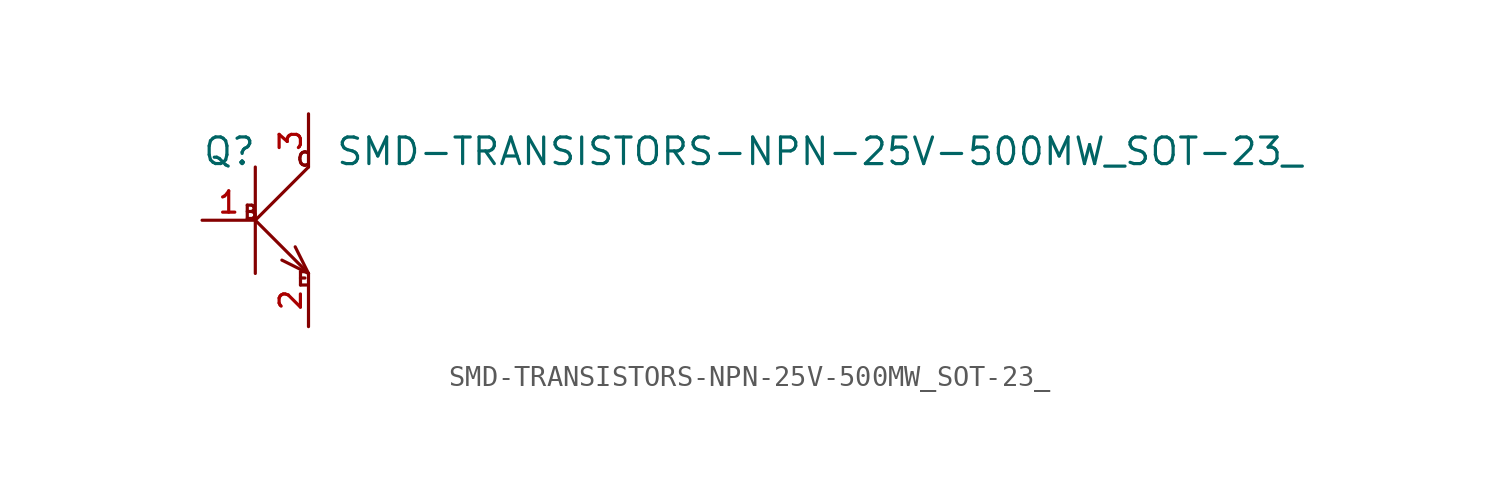
<source format=kicad_sym>
(kicad_symbol_lib
  (version 20211014)
  (generator kicad_symbol_editor)
  (symbol "SMD-TRANSISTORS-NPN-25V-500MW_SOT-23_"
    (pin_names
      (offset 1.016))
    (property "Reference" "Q"
      (at -2.544 2.544 0)
      (effects (font (size 1.27 1.27)) (justify bottom left)))
    (property "Value" "SMD-TRANSISTORS-NPN-25V-500MW_SOT-23_"
      (at 3.813 2.542 0)
      (effects (font (size 1.27 1.27)) (justify bottom left)))
    (symbol "SMD-TRANSISTORS-NPN-25V-500MW_SOT-23__0_0"
      (polyline (pts (xy 0.0 -2.54) (xy 0.0 0.0)) (stroke (width 0.152)))
      (polyline (pts (xy 0.0 0.0) (xy 0.0 2.54)) (stroke (width 0.152)))
      (polyline (pts (xy 0.0 0.0) (xy 2.54 -2.54)) (stroke (width 0.152)))
      (polyline (pts (xy 0.0 0.0) (xy 2.54 2.54)) (stroke (width 0.152)))
      (polyline (pts (xy 2.54 -2.54) (xy 1.905 -1.27)) (stroke (width 0.152)))
      (polyline (pts (xy 2.54 -2.54) (xy 1.27 -1.905)) (stroke (width 0.152)))
      (text "B" (at -0.635 0.0 0) (effects (font (size 0.635 0.635)) (justify bottom left)))
      (text "C" (at 1.907 2.543 0) (effects (font (size 0.636 0.636)) (justify bottom left)))
      (text "E" (at 1.906 -3.177 0) (effects (font (size 0.635 0.635)) (justify bottom left)))
      (pin passive line (at -2.54 0.0 0) (length 2.54) (name "~" (effects (font (size 1.016 1.016)))) (number "1" (effects (font (size 1.016 1.016)))))
      (pin passive line (at 2.54 -5.08 90.0) (length 2.54) (name "~" (effects (font (size 1.016 1.016)))) (number "2" (effects (font (size 1.016 1.016)))))
      (pin passive line (at 2.54 5.08 270.0) (length 2.54) (name "~" (effects (font (size 1.016 1.016)))) (number "3" (effects (font (size 1.016 1.016))))))))
</source>
